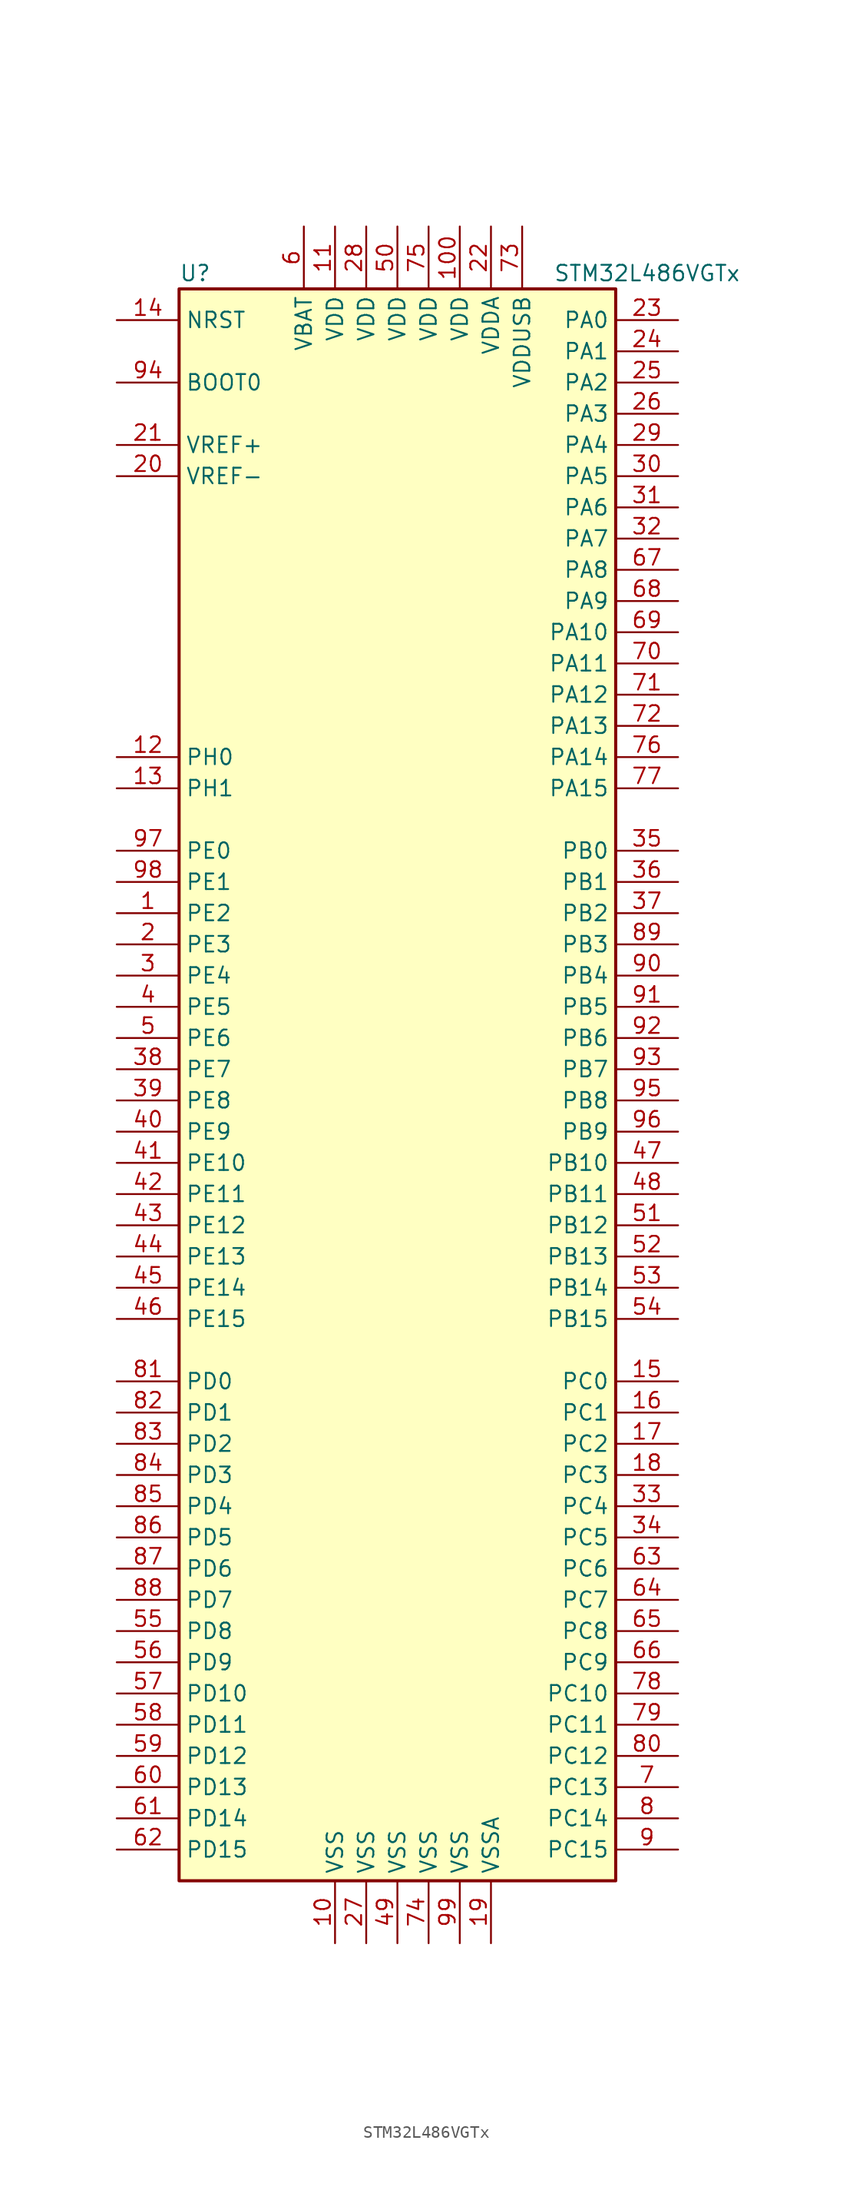
<source format=kicad_sym>
(kicad_symbol_lib
  (version 20201005)
  (generator kicad_symbol_editor)
  (symbol "MCU_ST_STM32L4:STM32L486VGTx"
    (property "Reference" "U"
      (at -17.78 64.77 0)
      (effects (font (size 1.27 1.27)) (justify left)))
    (property "Value" "STM32L486VGTx"
      (at 12.7 64.77 0)
      (effects (font (size 1.27 1.27)) (justify left)))
    (symbol "STM32L486VGTx_0_1"
      (rectangle (start -17.78 -66.04) (end 17.78 63.5) (stroke (width 0.254)) (fill (type background))))
    (symbol "STM32L486VGTx_1_1"
      (pin bidirectional line (at -22.86 12.7 0) (length 5.08) (name "PE2" (effects (font (size 1.27 1.27)))) (number "1" (effects (font (size 1.27 1.27)))))
      (pin power_in line (at -5.08 -71.12 90) (length 5.08) (name "VSS" (effects (font (size 1.27 1.27)))) (number "10" (effects (font (size 1.27 1.27)))))
      (pin power_in line (at 5.08 68.58 270) (length 5.08) (name "VDD" (effects (font (size 1.27 1.27)))) (number "100" (effects (font (size 1.27 1.27)))))
      (pin power_in line (at -5.08 68.58 270) (length 5.08) (name "VDD" (effects (font (size 1.27 1.27)))) (number "11" (effects (font (size 1.27 1.27)))))
      (pin input line (at -22.86 25.4 0) (length 5.08) (name "PH0" (effects (font (size 1.27 1.27)))) (number "12" (effects (font (size 1.27 1.27)))))
      (pin input line (at -22.86 22.86 0) (length 5.08) (name "PH1" (effects (font (size 1.27 1.27)))) (number "13" (effects (font (size 1.27 1.27)))))
      (pin input line (at -22.86 60.96 0) (length 5.08) (name "NRST" (effects (font (size 1.27 1.27)))) (number "14" (effects (font (size 1.27 1.27)))))
      (pin bidirectional line (at 22.86 -25.4 180) (length 5.08) (name "PC0" (effects (font (size 1.27 1.27)))) (number "15" (effects (font (size 1.27 1.27)))))
      (pin bidirectional line (at 22.86 -27.94 180) (length 5.08) (name "PC1" (effects (font (size 1.27 1.27)))) (number "16" (effects (font (size 1.27 1.27)))))
      (pin bidirectional line (at 22.86 -30.48 180) (length 5.08) (name "PC2" (effects (font (size 1.27 1.27)))) (number "17" (effects (font (size 1.27 1.27)))))
      (pin bidirectional line (at 22.86 -33.02 180) (length 5.08) (name "PC3" (effects (font (size 1.27 1.27)))) (number "18" (effects (font (size 1.27 1.27)))))
      (pin power_in line (at 7.62 -71.12 90) (length 5.08) (name "VSSA" (effects (font (size 1.27 1.27)))) (number "19" (effects (font (size 1.27 1.27)))))
      (pin bidirectional line (at -22.86 10.16 0) (length 5.08) (name "PE3" (effects (font (size 1.27 1.27)))) (number "2" (effects (font (size 1.27 1.27)))))
      (pin power_in line (at -22.86 48.26 0) (length 5.08) (name "VREF-" (effects (font (size 1.27 1.27)))) (number "20" (effects (font (size 1.27 1.27)))))
      (pin bidirectional line (at -22.86 50.8 0) (length 5.08) (name "VREF+" (effects (font (size 1.27 1.27)))) (number "21" (effects (font (size 1.27 1.27)))))
      (pin power_in line (at 7.62 68.58 270) (length 5.08) (name "VDDA" (effects (font (size 1.27 1.27)))) (number "22" (effects (font (size 1.27 1.27)))))
      (pin bidirectional line (at 22.86 60.96 180) (length 5.08) (name "PA0" (effects (font (size 1.27 1.27)))) (number "23" (effects (font (size 1.27 1.27)))))
      (pin bidirectional line (at 22.86 58.42 180) (length 5.08) (name "PA1" (effects (font (size 1.27 1.27)))) (number "24" (effects (font (size 1.27 1.27)))))
      (pin bidirectional line (at 22.86 55.88 180) (length 5.08) (name "PA2" (effects (font (size 1.27 1.27)))) (number "25" (effects (font (size 1.27 1.27)))))
      (pin bidirectional line (at 22.86 53.34 180) (length 5.08) (name "PA3" (effects (font (size 1.27 1.27)))) (number "26" (effects (font (size 1.27 1.27)))))
      (pin power_in line (at -2.54 -71.12 90) (length 5.08) (name "VSS" (effects (font (size 1.27 1.27)))) (number "27" (effects (font (size 1.27 1.27)))))
      (pin power_in line (at -2.54 68.58 270) (length 5.08) (name "VDD" (effects (font (size 1.27 1.27)))) (number "28" (effects (font (size 1.27 1.27)))))
      (pin bidirectional line (at 22.86 50.8 180) (length 5.08) (name "PA4" (effects (font (size 1.27 1.27)))) (number "29" (effects (font (size 1.27 1.27)))))
      (pin bidirectional line (at -22.86 7.62 0) (length 5.08) (name "PE4" (effects (font (size 1.27 1.27)))) (number "3" (effects (font (size 1.27 1.27)))))
      (pin bidirectional line (at 22.86 48.26 180) (length 5.08) (name "PA5" (effects (font (size 1.27 1.27)))) (number "30" (effects (font (size 1.27 1.27)))))
      (pin bidirectional line (at 22.86 45.72 180) (length 5.08) (name "PA6" (effects (font (size 1.27 1.27)))) (number "31" (effects (font (size 1.27 1.27)))))
      (pin bidirectional line (at 22.86 43.18 180) (length 5.08) (name "PA7" (effects (font (size 1.27 1.27)))) (number "32" (effects (font (size 1.27 1.27)))))
      (pin bidirectional line (at 22.86 -35.56 180) (length 5.08) (name "PC4" (effects (font (size 1.27 1.27)))) (number "33" (effects (font (size 1.27 1.27)))))
      (pin bidirectional line (at 22.86 -38.1 180) (length 5.08) (name "PC5" (effects (font (size 1.27 1.27)))) (number "34" (effects (font (size 1.27 1.27)))))
      (pin bidirectional line (at 22.86 17.78 180) (length 5.08) (name "PB0" (effects (font (size 1.27 1.27)))) (number "35" (effects (font (size 1.27 1.27)))))
      (pin bidirectional line (at 22.86 15.24 180) (length 5.08) (name "PB1" (effects (font (size 1.27 1.27)))) (number "36" (effects (font (size 1.27 1.27)))))
      (pin bidirectional line (at 22.86 12.7 180) (length 5.08) (name "PB2" (effects (font (size 1.27 1.27)))) (number "37" (effects (font (size 1.27 1.27)))))
      (pin bidirectional line (at -22.86 0 0) (length 5.08) (name "PE7" (effects (font (size 1.27 1.27)))) (number "38" (effects (font (size 1.27 1.27)))))
      (pin bidirectional line (at -22.86 -2.54 0) (length 5.08) (name "PE8" (effects (font (size 1.27 1.27)))) (number "39" (effects (font (size 1.27 1.27)))))
      (pin bidirectional line (at -22.86 5.08 0) (length 5.08) (name "PE5" (effects (font (size 1.27 1.27)))) (number "4" (effects (font (size 1.27 1.27)))))
      (pin bidirectional line (at -22.86 -5.08 0) (length 5.08) (name "PE9" (effects (font (size 1.27 1.27)))) (number "40" (effects (font (size 1.27 1.27)))))
      (pin bidirectional line (at -22.86 -7.62 0) (length 5.08) (name "PE10" (effects (font (size 1.27 1.27)))) (number "41" (effects (font (size 1.27 1.27)))))
      (pin bidirectional line (at -22.86 -10.16 0) (length 5.08) (name "PE11" (effects (font (size 1.27 1.27)))) (number "42" (effects (font (size 1.27 1.27)))))
      (pin bidirectional line (at -22.86 -12.7 0) (length 5.08) (name "PE12" (effects (font (size 1.27 1.27)))) (number "43" (effects (font (size 1.27 1.27)))))
      (pin bidirectional line (at -22.86 -15.24 0) (length 5.08) (name "PE13" (effects (font (size 1.27 1.27)))) (number "44" (effects (font (size 1.27 1.27)))))
      (pin bidirectional line (at -22.86 -17.78 0) (length 5.08) (name "PE14" (effects (font (size 1.27 1.27)))) (number "45" (effects (font (size 1.27 1.27)))))
      (pin bidirectional line (at -22.86 -20.32 0) (length 5.08) (name "PE15" (effects (font (size 1.27 1.27)))) (number "46" (effects (font (size 1.27 1.27)))))
      (pin bidirectional line (at 22.86 -7.62 180) (length 5.08) (name "PB10" (effects (font (size 1.27 1.27)))) (number "47" (effects (font (size 1.27 1.27)))))
      (pin bidirectional line (at 22.86 -10.16 180) (length 5.08) (name "PB11" (effects (font (size 1.27 1.27)))) (number "48" (effects (font (size 1.27 1.27)))))
      (pin power_in line (at 0 -71.12 90) (length 5.08) (name "VSS" (effects (font (size 1.27 1.27)))) (number "49" (effects (font (size 1.27 1.27)))))
      (pin bidirectional line (at -22.86 2.54 0) (length 5.08) (name "PE6" (effects (font (size 1.27 1.27)))) (number "5" (effects (font (size 1.27 1.27)))))
      (pin power_in line (at 0 68.58 270) (length 5.08) (name "VDD" (effects (font (size 1.27 1.27)))) (number "50" (effects (font (size 1.27 1.27)))))
      (pin bidirectional line (at 22.86 -12.7 180) (length 5.08) (name "PB12" (effects (font (size 1.27 1.27)))) (number "51" (effects (font (size 1.27 1.27)))))
      (pin bidirectional line (at 22.86 -15.24 180) (length 5.08) (name "PB13" (effects (font (size 1.27 1.27)))) (number "52" (effects (font (size 1.27 1.27)))))
      (pin bidirectional line (at 22.86 -17.78 180) (length 5.08) (name "PB14" (effects (font (size 1.27 1.27)))) (number "53" (effects (font (size 1.27 1.27)))))
      (pin bidirectional line (at 22.86 -20.32 180) (length 5.08) (name "PB15" (effects (font (size 1.27 1.27)))) (number "54" (effects (font (size 1.27 1.27)))))
      (pin bidirectional line (at -22.86 -45.72 0) (length 5.08) (name "PD8" (effects (font (size 1.27 1.27)))) (number "55" (effects (font (size 1.27 1.27)))))
      (pin bidirectional line (at -22.86 -48.26 0) (length 5.08) (name "PD9" (effects (font (size 1.27 1.27)))) (number "56" (effects (font (size 1.27 1.27)))))
      (pin bidirectional line (at -22.86 -50.8 0) (length 5.08) (name "PD10" (effects (font (size 1.27 1.27)))) (number "57" (effects (font (size 1.27 1.27)))))
      (pin bidirectional line (at -22.86 -53.34 0) (length 5.08) (name "PD11" (effects (font (size 1.27 1.27)))) (number "58" (effects (font (size 1.27 1.27)))))
      (pin bidirectional line (at -22.86 -55.88 0) (length 5.08) (name "PD12" (effects (font (size 1.27 1.27)))) (number "59" (effects (font (size 1.27 1.27)))))
      (pin power_in line (at -7.62 68.58 270) (length 5.08) (name "VBAT" (effects (font (size 1.27 1.27)))) (number "6" (effects (font (size 1.27 1.27)))))
      (pin bidirectional line (at -22.86 -58.42 0) (length 5.08) (name "PD13" (effects (font (size 1.27 1.27)))) (number "60" (effects (font (size 1.27 1.27)))))
      (pin bidirectional line (at -22.86 -60.96 0) (length 5.08) (name "PD14" (effects (font (size 1.27 1.27)))) (number "61" (effects (font (size 1.27 1.27)))))
      (pin bidirectional line (at -22.86 -63.5 0) (length 5.08) (name "PD15" (effects (font (size 1.27 1.27)))) (number "62" (effects (font (size 1.27 1.27)))))
      (pin bidirectional line (at 22.86 -40.64 180) (length 5.08) (name "PC6" (effects (font (size 1.27 1.27)))) (number "63" (effects (font (size 1.27 1.27)))))
      (pin bidirectional line (at 22.86 -43.18 180) (length 5.08) (name "PC7" (effects (font (size 1.27 1.27)))) (number "64" (effects (font (size 1.27 1.27)))))
      (pin bidirectional line (at 22.86 -45.72 180) (length 5.08) (name "PC8" (effects (font (size 1.27 1.27)))) (number "65" (effects (font (size 1.27 1.27)))))
      (pin bidirectional line (at 22.86 -48.26 180) (length 5.08) (name "PC9" (effects (font (size 1.27 1.27)))) (number "66" (effects (font (size 1.27 1.27)))))
      (pin bidirectional line (at 22.86 40.64 180) (length 5.08) (name "PA8" (effects (font (size 1.27 1.27)))) (number "67" (effects (font (size 1.27 1.27)))))
      (pin bidirectional line (at 22.86 38.1 180) (length 5.08) (name "PA9" (effects (font (size 1.27 1.27)))) (number "68" (effects (font (size 1.27 1.27)))))
      (pin bidirectional line (at 22.86 35.56 180) (length 5.08) (name "PA10" (effects (font (size 1.27 1.27)))) (number "69" (effects (font (size 1.27 1.27)))))
      (pin bidirectional line (at 22.86 -58.42 180) (length 5.08) (name "PC13" (effects (font (size 1.27 1.27)))) (number "7" (effects (font (size 1.27 1.27)))))
      (pin bidirectional line (at 22.86 33.02 180) (length 5.08) (name "PA11" (effects (font (size 1.27 1.27)))) (number "70" (effects (font (size 1.27 1.27)))))
      (pin bidirectional line (at 22.86 30.48 180) (length 5.08) (name "PA12" (effects (font (size 1.27 1.27)))) (number "71" (effects (font (size 1.27 1.27)))))
      (pin bidirectional line (at 22.86 27.94 180) (length 5.08) (name "PA13" (effects (font (size 1.27 1.27)))) (number "72" (effects (font (size 1.27 1.27)))))
      (pin power_in line (at 10.16 68.58 270) (length 5.08) (name "VDDUSB" (effects (font (size 1.27 1.27)))) (number "73" (effects (font (size 1.27 1.27)))))
      (pin power_in line (at 2.54 -71.12 90) (length 5.08) (name "VSS" (effects (font (size 1.27 1.27)))) (number "74" (effects (font (size 1.27 1.27)))))
      (pin power_in line (at 2.54 68.58 270) (length 5.08) (name "VDD" (effects (font (size 1.27 1.27)))) (number "75" (effects (font (size 1.27 1.27)))))
      (pin bidirectional line (at 22.86 25.4 180) (length 5.08) (name "PA14" (effects (font (size 1.27 1.27)))) (number "76" (effects (font (size 1.27 1.27)))))
      (pin bidirectional line (at 22.86 22.86 180) (length 5.08) (name "PA15" (effects (font (size 1.27 1.27)))) (number "77" (effects (font (size 1.27 1.27)))))
      (pin bidirectional line (at 22.86 -50.8 180) (length 5.08) (name "PC10" (effects (font (size 1.27 1.27)))) (number "78" (effects (font (size 1.27 1.27)))))
      (pin bidirectional line (at 22.86 -53.34 180) (length 5.08) (name "PC11" (effects (font (size 1.27 1.27)))) (number "79" (effects (font (size 1.27 1.27)))))
      (pin bidirectional line (at 22.86 -60.96 180) (length 5.08) (name "PC14" (effects (font (size 1.27 1.27)))) (number "8" (effects (font (size 1.27 1.27)))))
      (pin bidirectional line (at 22.86 -55.88 180) (length 5.08) (name "PC12" (effects (font (size 1.27 1.27)))) (number "80" (effects (font (size 1.27 1.27)))))
      (pin bidirectional line (at -22.86 -25.4 0) (length 5.08) (name "PD0" (effects (font (size 1.27 1.27)))) (number "81" (effects (font (size 1.27 1.27)))))
      (pin bidirectional line (at -22.86 -27.94 0) (length 5.08) (name "PD1" (effects (font (size 1.27 1.27)))) (number "82" (effects (font (size 1.27 1.27)))))
      (pin bidirectional line (at -22.86 -30.48 0) (length 5.08) (name "PD2" (effects (font (size 1.27 1.27)))) (number "83" (effects (font (size 1.27 1.27)))))
      (pin bidirectional line (at -22.86 -33.02 0) (length 5.08) (name "PD3" (effects (font (size 1.27 1.27)))) (number "84" (effects (font (size 1.27 1.27)))))
      (pin bidirectional line (at -22.86 -35.56 0) (length 5.08) (name "PD4" (effects (font (size 1.27 1.27)))) (number "85" (effects (font (size 1.27 1.27)))))
      (pin bidirectional line (at -22.86 -38.1 0) (length 5.08) (name "PD5" (effects (font (size 1.27 1.27)))) (number "86" (effects (font (size 1.27 1.27)))))
      (pin bidirectional line (at -22.86 -40.64 0) (length 5.08) (name "PD6" (effects (font (size 1.27 1.27)))) (number "87" (effects (font (size 1.27 1.27)))))
      (pin bidirectional line (at -22.86 -43.18 0) (length 5.08) (name "PD7" (effects (font (size 1.27 1.27)))) (number "88" (effects (font (size 1.27 1.27)))))
      (pin bidirectional line (at 22.86 10.16 180) (length 5.08) (name "PB3" (effects (font (size 1.27 1.27)))) (number "89" (effects (font (size 1.27 1.27)))))
      (pin bidirectional line (at 22.86 -63.5 180) (length 5.08) (name "PC15" (effects (font (size 1.27 1.27)))) (number "9" (effects (font (size 1.27 1.27)))))
      (pin bidirectional line (at 22.86 7.62 180) (length 5.08) (name "PB4" (effects (font (size 1.27 1.27)))) (number "90" (effects (font (size 1.27 1.27)))))
      (pin bidirectional line (at 22.86 5.08 180) (length 5.08) (name "PB5" (effects (font (size 1.27 1.27)))) (number "91" (effects (font (size 1.27 1.27)))))
      (pin bidirectional line (at 22.86 2.54 180) (length 5.08) (name "PB6" (effects (font (size 1.27 1.27)))) (number "92" (effects (font (size 1.27 1.27)))))
      (pin bidirectional line (at 22.86 0 180) (length 5.08) (name "PB7" (effects (font (size 1.27 1.27)))) (number "93" (effects (font (size 1.27 1.27)))))
      (pin input line (at -22.86 55.88 0) (length 5.08) (name "BOOT0" (effects (font (size 1.27 1.27)))) (number "94" (effects (font (size 1.27 1.27)))))
      (pin bidirectional line (at 22.86 -2.54 180) (length 5.08) (name "PB8" (effects (font (size 1.27 1.27)))) (number "95" (effects (font (size 1.27 1.27)))))
      (pin bidirectional line (at 22.86 -5.08 180) (length 5.08) (name "PB9" (effects (font (size 1.27 1.27)))) (number "96" (effects (font (size 1.27 1.27)))))
      (pin bidirectional line (at -22.86 17.78 0) (length 5.08) (name "PE0" (effects (font (size 1.27 1.27)))) (number "97" (effects (font (size 1.27 1.27)))))
      (pin bidirectional line (at -22.86 15.24 0) (length 5.08) (name "PE1" (effects (font (size 1.27 1.27)))) (number "98" (effects (font (size 1.27 1.27)))))
      (pin power_in line (at 5.08 -71.12 90) (length 5.08) (name "VSS" (effects (font (size 1.27 1.27)))) (number "99" (effects (font (size 1.27 1.27))))))))
</source>
